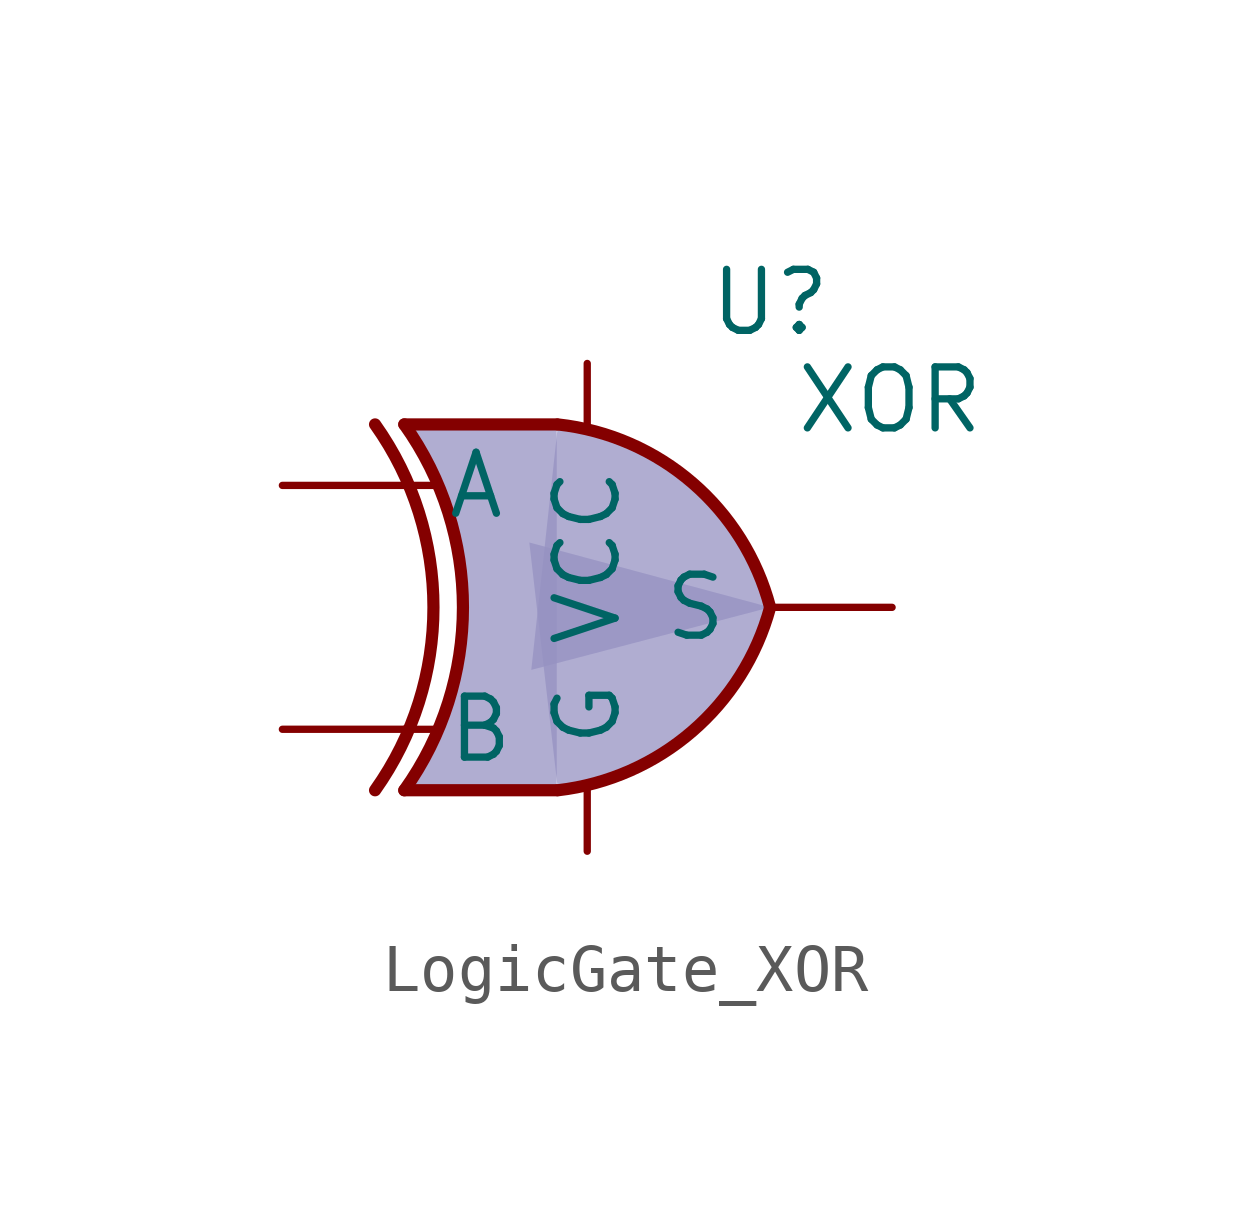
<source format=kicad_sym>
(kicad_symbol_lib
  (version 20220914)
  (generator kicad_symbol_editor)
  (symbol "LogicGate_XOR"
    (pin_numbers hide)
    (pin_names
      (offset 0.85))
    (property "Reference" "U"
      (at 3.81 6.35 0)
      (effects (font (size 1.27 1.27))))
    (property "Value" "XOR"
      (at 6.309 4.318 0)
      (effects (font (size 1.27 1.27))))
    (symbol "LogicGate_XOR_1_0"
      (arc (start -4.4196 -3.81) (mid -3.2033 0) (end -4.4196 3.81) (stroke (width 0.254) (type default)) (fill (type none)))
      (arc (start -3.81 -3.81) (mid -2.589 0) (end -3.81 3.81) (stroke (width 0.254) (type default)) (fill (type none)))
      (arc (start -0.6096 -3.81) (mid 2.1842 -2.5851) (end 3.81 0) (stroke (width 0.254) (type default)) (fill (type color) (color 149 146 194 0.7490196078)))
      (polyline (pts (xy -3.81 -3.81) (xy -0.635 -3.81)) (stroke (width 0.254) (type default)) (fill (type background)))
      (polyline (pts (xy -3.81 3.81) (xy -0.635 3.81)) (stroke (width 0.254) (type default)) (fill (type color) (color 149 146 194 0.749)))
      (polyline (pts (xy -0.635 3.81) (xy -3.81 3.81) (xy -3.81 3.81) (xy -3.556 3.404) (xy -3.023 2.261) (xy -2.692 1.041) (xy -2.616 -0.254) (xy -2.769 -1.499) (xy -3.175 -2.718) (xy -3.81 -3.81) (xy -3.81 -3.81) (xy -0.635 -3.81)) (stroke (width -0.0001) (type default)) (fill (type color) (color 149 146 194 0.749)))
      (arc (start 3.81 0) (mid 2.1915 2.5936) (end -0.6096 3.81) (stroke (width 0.254) (type default)) (fill (type color) (color 149 146 194 0.7490196078)))
      (pin input line (at 0 5.08 270) (length 1.27) (name "VCC" (effects (font (size 1.27 1.27)))) (number "1" (effects (font (size 1.27 1.27)))))
      (pin input line (at 0 -5.08 90) (length 1.27) (name "G" (effects (font (size 1.27 1.27)))) (number "2" (effects (font (size 1.27 1.27)))))
      (pin input line (at -6.35 2.54 0) (length 2.54) (name "A" (effects (font (size 1.27 1.27)))) (number "3" (effects (font (size 1.27 1.27)))))
      (pin input line (at -6.35 -2.54 0) (length 2.54) (name "B" (effects (font (size 1.27 1.27)))) (number "4" (effects (font (size 1.27 1.27)))))
      (pin output line (at 6.35 0 180) (length 2.54) (name "S" (effects (font (size 1.27 1.27)))) (number "5" (effects (font (size 1.27 1.27))))))
    (symbol "LogicGate_XOR_1_1"
      (polyline (pts (xy -3.81 -2.54) (xy -3.175 -2.54)) (stroke (width 0.152) (type default)) (fill (type none)))
      (polyline (pts (xy -3.81 2.54) (xy -3.175 2.54)) (stroke (width 0.152) (type default)) (fill (type none))))))
</source>
